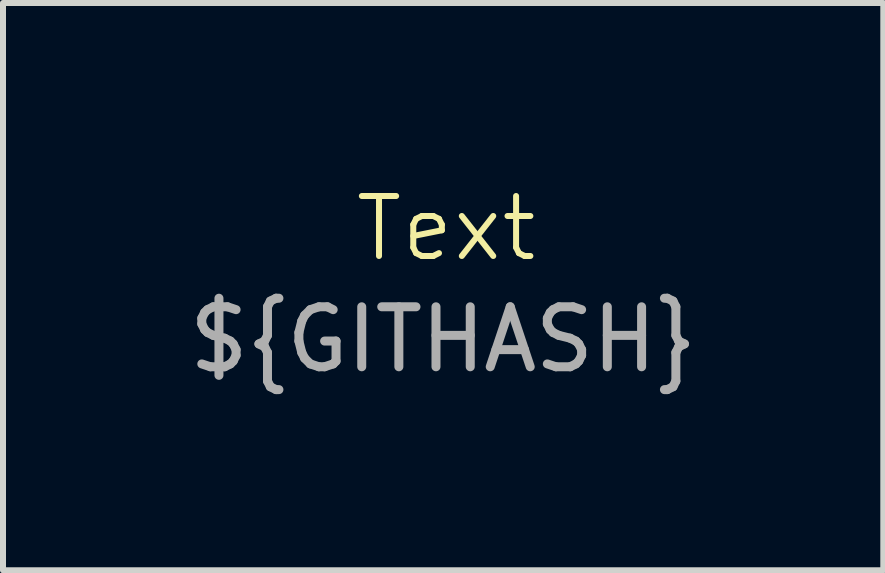
<source format=kicad_pcb>
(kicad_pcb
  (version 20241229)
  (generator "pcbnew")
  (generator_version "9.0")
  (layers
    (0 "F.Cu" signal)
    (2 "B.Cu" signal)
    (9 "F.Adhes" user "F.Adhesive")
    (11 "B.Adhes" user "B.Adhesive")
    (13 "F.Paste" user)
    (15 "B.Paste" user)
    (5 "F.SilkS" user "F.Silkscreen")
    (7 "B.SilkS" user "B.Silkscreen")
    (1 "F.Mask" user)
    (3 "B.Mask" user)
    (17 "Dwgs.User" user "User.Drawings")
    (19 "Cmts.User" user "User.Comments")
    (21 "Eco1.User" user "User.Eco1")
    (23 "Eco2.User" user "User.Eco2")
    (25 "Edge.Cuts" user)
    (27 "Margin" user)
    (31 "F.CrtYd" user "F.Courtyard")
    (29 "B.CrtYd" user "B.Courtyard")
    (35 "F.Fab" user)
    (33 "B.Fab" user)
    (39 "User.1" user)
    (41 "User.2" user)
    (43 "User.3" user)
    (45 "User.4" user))
  (footprint "Text"
    (layer "F.Cu")
    (at 4.339 2.611)
    (property "Reference" "Text" (at 0.05 -1.85 0) (unlocked yes) (layer "F.SilkS") (effects (font (size 1 1) (thickness 0.1))))
    (attr board_only exclude_from_pos_files exclude_from_bom)
    (fp_text user "${GITHASH}" (at 0 0 0) (unlocked yes) (layer "F.Fab") (effects (font (size 1 1) (thickness 0.15)))))
  (gr_rect
    (start -3 -3)
    (end 11.679 6.459)
    (stroke (width 0.1) (type default))
    (fill no)
    (layer "Edge.Cuts")))
</source>
